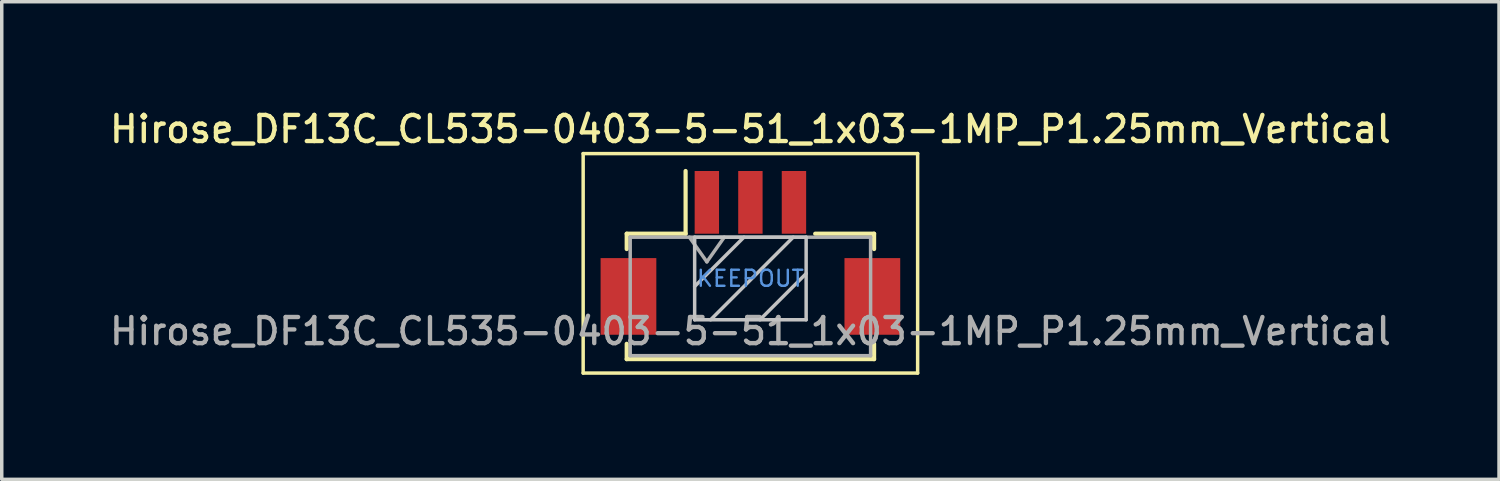
<source format=kicad_pcb>
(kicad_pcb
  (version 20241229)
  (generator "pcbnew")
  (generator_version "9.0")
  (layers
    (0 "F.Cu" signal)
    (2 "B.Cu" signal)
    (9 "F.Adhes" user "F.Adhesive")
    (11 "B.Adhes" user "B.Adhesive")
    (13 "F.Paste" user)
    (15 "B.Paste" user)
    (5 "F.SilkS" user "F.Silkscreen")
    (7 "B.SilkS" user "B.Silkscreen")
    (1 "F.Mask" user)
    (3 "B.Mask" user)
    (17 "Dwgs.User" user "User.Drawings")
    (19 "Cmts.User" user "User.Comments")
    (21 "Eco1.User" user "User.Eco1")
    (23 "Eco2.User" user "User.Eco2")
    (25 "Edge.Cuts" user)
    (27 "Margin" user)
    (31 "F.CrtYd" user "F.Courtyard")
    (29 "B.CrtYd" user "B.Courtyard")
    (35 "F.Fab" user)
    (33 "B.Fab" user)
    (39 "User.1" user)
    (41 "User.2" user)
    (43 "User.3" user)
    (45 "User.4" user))
  (footprint "Hirose_DF13C_CL535-0403-5-51_1x03-1MP_P1.25mm_Vertical"
    (layer "F.Cu")
    (at 18.488 4.208)
    (property "Reference" "Hirose_DF13C_CL535-0403-5-51_1x03-1MP_P1.25mm_Vertical" (at 0 -3.55 0) (layer "F.SilkS") (effects (font (size 0.75 0.75) (thickness 0.125))))
    (attr smd)
    (fp_line (start -4.8 -2.85) (end -4.8 3.45) (stroke (width 0.1) (type solid)) (layer "F.SilkS"))
    (fp_line (start -4.8 3.45) (end 4.8 3.45) (stroke (width 0.1) (type solid)) (layer "F.SilkS"))
    (fp_line (start -3.55 -0.55) (end -3.55 -0.11) (stroke (width 0.12) (type solid)) (layer "F.SilkS"))
    (fp_line (start -3.55 2.61) (end -3.55 3.05) (stroke (width 0.12) (type solid)) (layer "F.SilkS"))
    (fp_line (start -3.55 3.05) (end 3.55 3.05) (stroke (width 0.12) (type solid)) (layer "F.SilkS"))
    (fp_line (start -1.86 -0.55) (end -3.55 -0.55) (stroke (width 0.12) (type solid)) (layer "F.SilkS"))
    (fp_line (start -1.86 -0.55) (end -1.86 -2.35) (stroke (width 0.12) (type solid)) (layer "F.SilkS"))
    (fp_line (start 1.86 -0.55) (end 3.55 -0.55) (stroke (width 0.12) (type solid)) (layer "F.SilkS"))
    (fp_line (start 3.55 -0.55) (end 3.55 -0.11) (stroke (width 0.12) (type solid)) (layer "F.SilkS"))
    (fp_line (start 3.55 3.05) (end 3.55 2.61) (stroke (width 0.12) (type solid)) (layer "F.SilkS"))
    (fp_line (start 4.8 -2.85) (end -4.8 -2.85) (stroke (width 0.1) (type solid)) (layer "F.SilkS"))
    (fp_line (start 4.8 3.45) (end 4.8 -2.85) (stroke (width 0.1) (type solid)) (layer "F.SilkS"))
    (fp_line (start -1.6 -0.45) (end -1.6 1.92) (stroke (width 0.1) (type solid)) (layer "Dwgs.User"))
    (fp_line (start -1.6 1.92) (end 1.6 1.92) (stroke (width 0.1) (type solid)) (layer "Dwgs.User"))
    (fp_line (start -0.186 -0.45) (end -1.6 0.964) (stroke (width 0.1) (type solid)) (layer "Dwgs.User"))
    (fp_line (start 1.228 -0.45) (end -1.142 1.92) (stroke (width 0.1) (type solid)) (layer "Dwgs.User"))
    (fp_line (start 1.6 -0.45) (end -1.6 -0.45) (stroke (width 0.1) (type solid)) (layer "Dwgs.User"))
    (fp_line (start 1.6 0.593) (end 0.273 1.92) (stroke (width 0.1) (type solid)) (layer "Dwgs.User"))
    (fp_line (start 1.6 1.92) (end 1.6 -0.45) (stroke (width 0.1) (type solid)) (layer "Dwgs.User"))
    (fp_line (start -3.45 -0.45) (end -3.45 2.95) (stroke (width 0.1) (type solid)) (layer "F.Fab"))
    (fp_line (start -3.45 2.95) (end 3.45 2.95) (stroke (width 0.1) (type solid)) (layer "F.Fab"))
    (fp_line (start -1.75 -0.45) (end -1.25 0.257) (stroke (width 0.1) (type solid)) (layer "F.Fab"))
    (fp_line (start -1.25 0.257) (end -0.75 -0.45) (stroke (width 0.1) (type solid)) (layer "F.Fab"))
    (fp_line (start 3.45 -0.45) (end -3.45 -0.45) (stroke (width 0.1) (type solid)) (layer "F.Fab"))
    (fp_line (start 3.45 2.95) (end 3.45 -0.45) (stroke (width 0.1) (type solid)) (layer "F.Fab"))
    (fp_text user "KEEPOUT" (at 0 0.735 0) (layer "Cmts.User") (effects (font (size 0.46 0.46) (thickness 0.069))))
    (fp_text user "${REFERENCE}" (at 0 2.25 0) (layer "F.Fab") (effects (font (size 0.75 0.75) (thickness 0.125))))
    (pad "1" smd rect (at -1.25 -1.45) (size 0.7 1.8) (layers "F.Cu" "F.Mask" "F.Paste"))
    (pad "2" smd rect (at 0 -1.45) (size 0.7 1.8) (layers "F.Cu" "F.Mask" "F.Paste"))
    (pad "3" smd rect (at 1.25 -1.45) (size 0.7 1.8) (layers "F.Cu" "F.Mask" "F.Paste"))
    (pad "MP" smd rect (at -3.5 1.25) (size 1.6 2.2) (layers "F.Cu" "F.Mask" "F.Paste"))
    (pad "MP" smd rect (at 3.5 1.25) (size 1.6 2.2) (layers "F.Cu" "F.Mask" "F.Paste")))
  (gr_rect
    (start -3 -3)
    (end 39.975 10.708)
    (stroke (width 0.1) (type default))
    (fill no)
    (layer "Edge.Cuts")))
</source>
